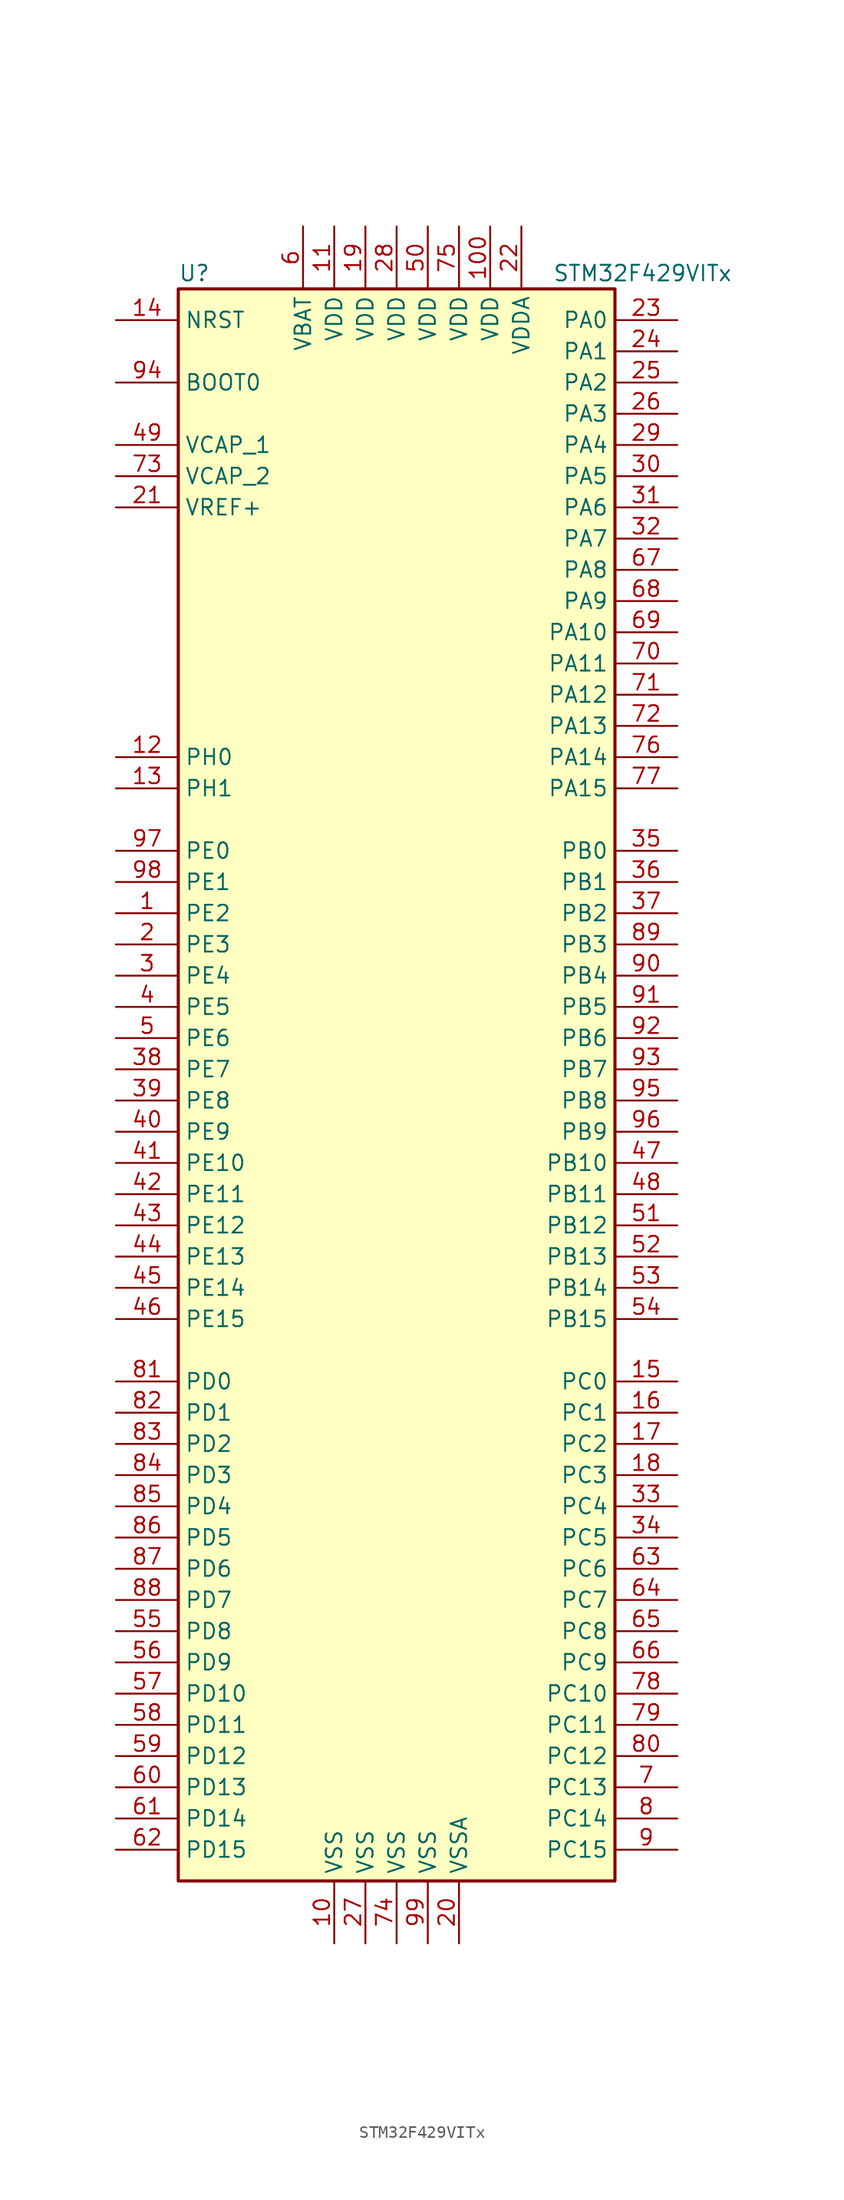
<source format=kicad_sym>
(kicad_symbol_lib
  (version 20201005)
  (generator kicad_symbol_editor)
  (symbol "STM32F429VITx"
    (property "Reference" "U"
      (at -17.78 64.77 0)
      (effects (font (size 1.27 1.27)) (justify left)))
    (property "Value" "STM32F429VITx"
      (at 12.7 64.77 0)
      (effects (font (size 1.27 1.27)) (justify left)))
    (symbol "STM32F429VITx_0_1"
      (rectangle (start -17.78 -66.04) (end 17.78 63.5) (stroke (width 0.254)) (fill (type background))))
    (symbol "STM32F429VITx_1_1"
      (pin bidirectional line (at -22.86 12.7 0) (length 5.08) (name "PE2" (effects (font (size 1.27 1.27)))) (number "1" (effects (font (size 1.27 1.27)))))
      (pin power_in line (at -5.08 -71.12 90) (length 5.08) (name "VSS" (effects (font (size 1.27 1.27)))) (number "10" (effects (font (size 1.27 1.27)))))
      (pin power_in line (at 7.62 68.58 270) (length 5.08) (name "VDD" (effects (font (size 1.27 1.27)))) (number "100" (effects (font (size 1.27 1.27)))))
      (pin power_in line (at -5.08 68.58 270) (length 5.08) (name "VDD" (effects (font (size 1.27 1.27)))) (number "11" (effects (font (size 1.27 1.27)))))
      (pin input line (at -22.86 25.4 0) (length 5.08) (name "PH0" (effects (font (size 1.27 1.27)))) (number "12" (effects (font (size 1.27 1.27)))))
      (pin input line (at -22.86 22.86 0) (length 5.08) (name "PH1" (effects (font (size 1.27 1.27)))) (number "13" (effects (font (size 1.27 1.27)))))
      (pin input line (at -22.86 60.96 0) (length 5.08) (name "NRST" (effects (font (size 1.27 1.27)))) (number "14" (effects (font (size 1.27 1.27)))))
      (pin bidirectional line (at 22.86 -25.4 180) (length 5.08) (name "PC0" (effects (font (size 1.27 1.27)))) (number "15" (effects (font (size 1.27 1.27)))))
      (pin bidirectional line (at 22.86 -27.94 180) (length 5.08) (name "PC1" (effects (font (size 1.27 1.27)))) (number "16" (effects (font (size 1.27 1.27)))))
      (pin bidirectional line (at 22.86 -30.48 180) (length 5.08) (name "PC2" (effects (font (size 1.27 1.27)))) (number "17" (effects (font (size 1.27 1.27)))))
      (pin bidirectional line (at 22.86 -33.02 180) (length 5.08) (name "PC3" (effects (font (size 1.27 1.27)))) (number "18" (effects (font (size 1.27 1.27)))))
      (pin power_in line (at -2.54 68.58 270) (length 5.08) (name "VDD" (effects (font (size 1.27 1.27)))) (number "19" (effects (font (size 1.27 1.27)))))
      (pin bidirectional line (at -22.86 10.16 0) (length 5.08) (name "PE3" (effects (font (size 1.27 1.27)))) (number "2" (effects (font (size 1.27 1.27)))))
      (pin power_in line (at 5.08 -71.12 90) (length 5.08) (name "VSSA" (effects (font (size 1.27 1.27)))) (number "20" (effects (font (size 1.27 1.27)))))
      (pin power_in line (at -22.86 45.72 0) (length 5.08) (name "VREF+" (effects (font (size 1.27 1.27)))) (number "21" (effects (font (size 1.27 1.27)))))
      (pin power_in line (at 10.16 68.58 270) (length 5.08) (name "VDDA" (effects (font (size 1.27 1.27)))) (number "22" (effects (font (size 1.27 1.27)))))
      (pin bidirectional line (at 22.86 60.96 180) (length 5.08) (name "PA0" (effects (font (size 1.27 1.27)))) (number "23" (effects (font (size 1.27 1.27)))))
      (pin bidirectional line (at 22.86 58.42 180) (length 5.08) (name "PA1" (effects (font (size 1.27 1.27)))) (number "24" (effects (font (size 1.27 1.27)))))
      (pin bidirectional line (at 22.86 55.88 180) (length 5.08) (name "PA2" (effects (font (size 1.27 1.27)))) (number "25" (effects (font (size 1.27 1.27)))))
      (pin bidirectional line (at 22.86 53.34 180) (length 5.08) (name "PA3" (effects (font (size 1.27 1.27)))) (number "26" (effects (font (size 1.27 1.27)))))
      (pin power_in line (at -2.54 -71.12 90) (length 5.08) (name "VSS" (effects (font (size 1.27 1.27)))) (number "27" (effects (font (size 1.27 1.27)))))
      (pin power_in line (at 0 68.58 270) (length 5.08) (name "VDD" (effects (font (size 1.27 1.27)))) (number "28" (effects (font (size 1.27 1.27)))))
      (pin bidirectional line (at 22.86 50.8 180) (length 5.08) (name "PA4" (effects (font (size 1.27 1.27)))) (number "29" (effects (font (size 1.27 1.27)))))
      (pin bidirectional line (at -22.86 7.62 0) (length 5.08) (name "PE4" (effects (font (size 1.27 1.27)))) (number "3" (effects (font (size 1.27 1.27)))))
      (pin bidirectional line (at 22.86 48.26 180) (length 5.08) (name "PA5" (effects (font (size 1.27 1.27)))) (number "30" (effects (font (size 1.27 1.27)))))
      (pin bidirectional line (at 22.86 45.72 180) (length 5.08) (name "PA6" (effects (font (size 1.27 1.27)))) (number "31" (effects (font (size 1.27 1.27)))))
      (pin bidirectional line (at 22.86 43.18 180) (length 5.08) (name "PA7" (effects (font (size 1.27 1.27)))) (number "32" (effects (font (size 1.27 1.27)))))
      (pin bidirectional line (at 22.86 -35.56 180) (length 5.08) (name "PC4" (effects (font (size 1.27 1.27)))) (number "33" (effects (font (size 1.27 1.27)))))
      (pin bidirectional line (at 22.86 -38.1 180) (length 5.08) (name "PC5" (effects (font (size 1.27 1.27)))) (number "34" (effects (font (size 1.27 1.27)))))
      (pin bidirectional line (at 22.86 17.78 180) (length 5.08) (name "PB0" (effects (font (size 1.27 1.27)))) (number "35" (effects (font (size 1.27 1.27)))))
      (pin bidirectional line (at 22.86 15.24 180) (length 5.08) (name "PB1" (effects (font (size 1.27 1.27)))) (number "36" (effects (font (size 1.27 1.27)))))
      (pin bidirectional line (at 22.86 12.7 180) (length 5.08) (name "PB2" (effects (font (size 1.27 1.27)))) (number "37" (effects (font (size 1.27 1.27)))))
      (pin bidirectional line (at -22.86 0 0) (length 5.08) (name "PE7" (effects (font (size 1.27 1.27)))) (number "38" (effects (font (size 1.27 1.27)))))
      (pin bidirectional line (at -22.86 -2.54 0) (length 5.08) (name "PE8" (effects (font (size 1.27 1.27)))) (number "39" (effects (font (size 1.27 1.27)))))
      (pin bidirectional line (at -22.86 5.08 0) (length 5.08) (name "PE5" (effects (font (size 1.27 1.27)))) (number "4" (effects (font (size 1.27 1.27)))))
      (pin bidirectional line (at -22.86 -5.08 0) (length 5.08) (name "PE9" (effects (font (size 1.27 1.27)))) (number "40" (effects (font (size 1.27 1.27)))))
      (pin bidirectional line (at -22.86 -7.62 0) (length 5.08) (name "PE10" (effects (font (size 1.27 1.27)))) (number "41" (effects (font (size 1.27 1.27)))))
      (pin bidirectional line (at -22.86 -10.16 0) (length 5.08) (name "PE11" (effects (font (size 1.27 1.27)))) (number "42" (effects (font (size 1.27 1.27)))))
      (pin bidirectional line (at -22.86 -12.7 0) (length 5.08) (name "PE12" (effects (font (size 1.27 1.27)))) (number "43" (effects (font (size 1.27 1.27)))))
      (pin bidirectional line (at -22.86 -15.24 0) (length 5.08) (name "PE13" (effects (font (size 1.27 1.27)))) (number "44" (effects (font (size 1.27 1.27)))))
      (pin bidirectional line (at -22.86 -17.78 0) (length 5.08) (name "PE14" (effects (font (size 1.27 1.27)))) (number "45" (effects (font (size 1.27 1.27)))))
      (pin bidirectional line (at -22.86 -20.32 0) (length 5.08) (name "PE15" (effects (font (size 1.27 1.27)))) (number "46" (effects (font (size 1.27 1.27)))))
      (pin bidirectional line (at 22.86 -7.62 180) (length 5.08) (name "PB10" (effects (font (size 1.27 1.27)))) (number "47" (effects (font (size 1.27 1.27)))))
      (pin bidirectional line (at 22.86 -10.16 180) (length 5.08) (name "PB11" (effects (font (size 1.27 1.27)))) (number "48" (effects (font (size 1.27 1.27)))))
      (pin power_in line (at -22.86 50.8 0) (length 5.08) (name "VCAP_1" (effects (font (size 1.27 1.27)))) (number "49" (effects (font (size 1.27 1.27)))))
      (pin bidirectional line (at -22.86 2.54 0) (length 5.08) (name "PE6" (effects (font (size 1.27 1.27)))) (number "5" (effects (font (size 1.27 1.27)))))
      (pin power_in line (at 2.54 68.58 270) (length 5.08) (name "VDD" (effects (font (size 1.27 1.27)))) (number "50" (effects (font (size 1.27 1.27)))))
      (pin bidirectional line (at 22.86 -12.7 180) (length 5.08) (name "PB12" (effects (font (size 1.27 1.27)))) (number "51" (effects (font (size 1.27 1.27)))))
      (pin bidirectional line (at 22.86 -15.24 180) (length 5.08) (name "PB13" (effects (font (size 1.27 1.27)))) (number "52" (effects (font (size 1.27 1.27)))))
      (pin bidirectional line (at 22.86 -17.78 180) (length 5.08) (name "PB14" (effects (font (size 1.27 1.27)))) (number "53" (effects (font (size 1.27 1.27)))))
      (pin bidirectional line (at 22.86 -20.32 180) (length 5.08) (name "PB15" (effects (font (size 1.27 1.27)))) (number "54" (effects (font (size 1.27 1.27)))))
      (pin bidirectional line (at -22.86 -45.72 0) (length 5.08) (name "PD8" (effects (font (size 1.27 1.27)))) (number "55" (effects (font (size 1.27 1.27)))))
      (pin bidirectional line (at -22.86 -48.26 0) (length 5.08) (name "PD9" (effects (font (size 1.27 1.27)))) (number "56" (effects (font (size 1.27 1.27)))))
      (pin bidirectional line (at -22.86 -50.8 0) (length 5.08) (name "PD10" (effects (font (size 1.27 1.27)))) (number "57" (effects (font (size 1.27 1.27)))))
      (pin bidirectional line (at -22.86 -53.34 0) (length 5.08) (name "PD11" (effects (font (size 1.27 1.27)))) (number "58" (effects (font (size 1.27 1.27)))))
      (pin bidirectional line (at -22.86 -55.88 0) (length 5.08) (name "PD12" (effects (font (size 1.27 1.27)))) (number "59" (effects (font (size 1.27 1.27)))))
      (pin power_in line (at -7.62 68.58 270) (length 5.08) (name "VBAT" (effects (font (size 1.27 1.27)))) (number "6" (effects (font (size 1.27 1.27)))))
      (pin bidirectional line (at -22.86 -58.42 0) (length 5.08) (name "PD13" (effects (font (size 1.27 1.27)))) (number "60" (effects (font (size 1.27 1.27)))))
      (pin bidirectional line (at -22.86 -60.96 0) (length 5.08) (name "PD14" (effects (font (size 1.27 1.27)))) (number "61" (effects (font (size 1.27 1.27)))))
      (pin bidirectional line (at -22.86 -63.5 0) (length 5.08) (name "PD15" (effects (font (size 1.27 1.27)))) (number "62" (effects (font (size 1.27 1.27)))))
      (pin bidirectional line (at 22.86 -40.64 180) (length 5.08) (name "PC6" (effects (font (size 1.27 1.27)))) (number "63" (effects (font (size 1.27 1.27)))))
      (pin bidirectional line (at 22.86 -43.18 180) (length 5.08) (name "PC7" (effects (font (size 1.27 1.27)))) (number "64" (effects (font (size 1.27 1.27)))))
      (pin bidirectional line (at 22.86 -45.72 180) (length 5.08) (name "PC8" (effects (font (size 1.27 1.27)))) (number "65" (effects (font (size 1.27 1.27)))))
      (pin bidirectional line (at 22.86 -48.26 180) (length 5.08) (name "PC9" (effects (font (size 1.27 1.27)))) (number "66" (effects (font (size 1.27 1.27)))))
      (pin bidirectional line (at 22.86 40.64 180) (length 5.08) (name "PA8" (effects (font (size 1.27 1.27)))) (number "67" (effects (font (size 1.27 1.27)))))
      (pin bidirectional line (at 22.86 38.1 180) (length 5.08) (name "PA9" (effects (font (size 1.27 1.27)))) (number "68" (effects (font (size 1.27 1.27)))))
      (pin bidirectional line (at 22.86 35.56 180) (length 5.08) (name "PA10" (effects (font (size 1.27 1.27)))) (number "69" (effects (font (size 1.27 1.27)))))
      (pin bidirectional line (at 22.86 -58.42 180) (length 5.08) (name "PC13" (effects (font (size 1.27 1.27)))) (number "7" (effects (font (size 1.27 1.27)))))
      (pin bidirectional line (at 22.86 33.02 180) (length 5.08) (name "PA11" (effects (font (size 1.27 1.27)))) (number "70" (effects (font (size 1.27 1.27)))))
      (pin bidirectional line (at 22.86 30.48 180) (length 5.08) (name "PA12" (effects (font (size 1.27 1.27)))) (number "71" (effects (font (size 1.27 1.27)))))
      (pin bidirectional line (at 22.86 27.94 180) (length 5.08) (name "PA13" (effects (font (size 1.27 1.27)))) (number "72" (effects (font (size 1.27 1.27)))))
      (pin power_in line (at -22.86 48.26 0) (length 5.08) (name "VCAP_2" (effects (font (size 1.27 1.27)))) (number "73" (effects (font (size 1.27 1.27)))))
      (pin power_in line (at 0 -71.12 90) (length 5.08) (name "VSS" (effects (font (size 1.27 1.27)))) (number "74" (effects (font (size 1.27 1.27)))))
      (pin power_in line (at 5.08 68.58 270) (length 5.08) (name "VDD" (effects (font (size 1.27 1.27)))) (number "75" (effects (font (size 1.27 1.27)))))
      (pin bidirectional line (at 22.86 25.4 180) (length 5.08) (name "PA14" (effects (font (size 1.27 1.27)))) (number "76" (effects (font (size 1.27 1.27)))))
      (pin bidirectional line (at 22.86 22.86 180) (length 5.08) (name "PA15" (effects (font (size 1.27 1.27)))) (number "77" (effects (font (size 1.27 1.27)))))
      (pin bidirectional line (at 22.86 -50.8 180) (length 5.08) (name "PC10" (effects (font (size 1.27 1.27)))) (number "78" (effects (font (size 1.27 1.27)))))
      (pin bidirectional line (at 22.86 -53.34 180) (length 5.08) (name "PC11" (effects (font (size 1.27 1.27)))) (number "79" (effects (font (size 1.27 1.27)))))
      (pin bidirectional line (at 22.86 -60.96 180) (length 5.08) (name "PC14" (effects (font (size 1.27 1.27)))) (number "8" (effects (font (size 1.27 1.27)))))
      (pin bidirectional line (at 22.86 -55.88 180) (length 5.08) (name "PC12" (effects (font (size 1.27 1.27)))) (number "80" (effects (font (size 1.27 1.27)))))
      (pin bidirectional line (at -22.86 -25.4 0) (length 5.08) (name "PD0" (effects (font (size 1.27 1.27)))) (number "81" (effects (font (size 1.27 1.27)))))
      (pin bidirectional line (at -22.86 -27.94 0) (length 5.08) (name "PD1" (effects (font (size 1.27 1.27)))) (number "82" (effects (font (size 1.27 1.27)))))
      (pin bidirectional line (at -22.86 -30.48 0) (length 5.08) (name "PD2" (effects (font (size 1.27 1.27)))) (number "83" (effects (font (size 1.27 1.27)))))
      (pin bidirectional line (at -22.86 -33.02 0) (length 5.08) (name "PD3" (effects (font (size 1.27 1.27)))) (number "84" (effects (font (size 1.27 1.27)))))
      (pin bidirectional line (at -22.86 -35.56 0) (length 5.08) (name "PD4" (effects (font (size 1.27 1.27)))) (number "85" (effects (font (size 1.27 1.27)))))
      (pin bidirectional line (at -22.86 -38.1 0) (length 5.08) (name "PD5" (effects (font (size 1.27 1.27)))) (number "86" (effects (font (size 1.27 1.27)))))
      (pin bidirectional line (at -22.86 -40.64 0) (length 5.08) (name "PD6" (effects (font (size 1.27 1.27)))) (number "87" (effects (font (size 1.27 1.27)))))
      (pin bidirectional line (at -22.86 -43.18 0) (length 5.08) (name "PD7" (effects (font (size 1.27 1.27)))) (number "88" (effects (font (size 1.27 1.27)))))
      (pin bidirectional line (at 22.86 10.16 180) (length 5.08) (name "PB3" (effects (font (size 1.27 1.27)))) (number "89" (effects (font (size 1.27 1.27)))))
      (pin bidirectional line (at 22.86 -63.5 180) (length 5.08) (name "PC15" (effects (font (size 1.27 1.27)))) (number "9" (effects (font (size 1.27 1.27)))))
      (pin bidirectional line (at 22.86 7.62 180) (length 5.08) (name "PB4" (effects (font (size 1.27 1.27)))) (number "90" (effects (font (size 1.27 1.27)))))
      (pin bidirectional line (at 22.86 5.08 180) (length 5.08) (name "PB5" (effects (font (size 1.27 1.27)))) (number "91" (effects (font (size 1.27 1.27)))))
      (pin bidirectional line (at 22.86 2.54 180) (length 5.08) (name "PB6" (effects (font (size 1.27 1.27)))) (number "92" (effects (font (size 1.27 1.27)))))
      (pin bidirectional line (at 22.86 0 180) (length 5.08) (name "PB7" (effects (font (size 1.27 1.27)))) (number "93" (effects (font (size 1.27 1.27)))))
      (pin input line (at -22.86 55.88 0) (length 5.08) (name "BOOT0" (effects (font (size 1.27 1.27)))) (number "94" (effects (font (size 1.27 1.27)))))
      (pin bidirectional line (at 22.86 -2.54 180) (length 5.08) (name "PB8" (effects (font (size 1.27 1.27)))) (number "95" (effects (font (size 1.27 1.27)))))
      (pin bidirectional line (at 22.86 -5.08 180) (length 5.08) (name "PB9" (effects (font (size 1.27 1.27)))) (number "96" (effects (font (size 1.27 1.27)))))
      (pin bidirectional line (at -22.86 17.78 0) (length 5.08) (name "PE0" (effects (font (size 1.27 1.27)))) (number "97" (effects (font (size 1.27 1.27)))))
      (pin bidirectional line (at -22.86 15.24 0) (length 5.08) (name "PE1" (effects (font (size 1.27 1.27)))) (number "98" (effects (font (size 1.27 1.27)))))
      (pin power_in line (at 2.54 -71.12 90) (length 5.08) (name "VSS" (effects (font (size 1.27 1.27)))) (number "99" (effects (font (size 1.27 1.27))))))))
</source>
